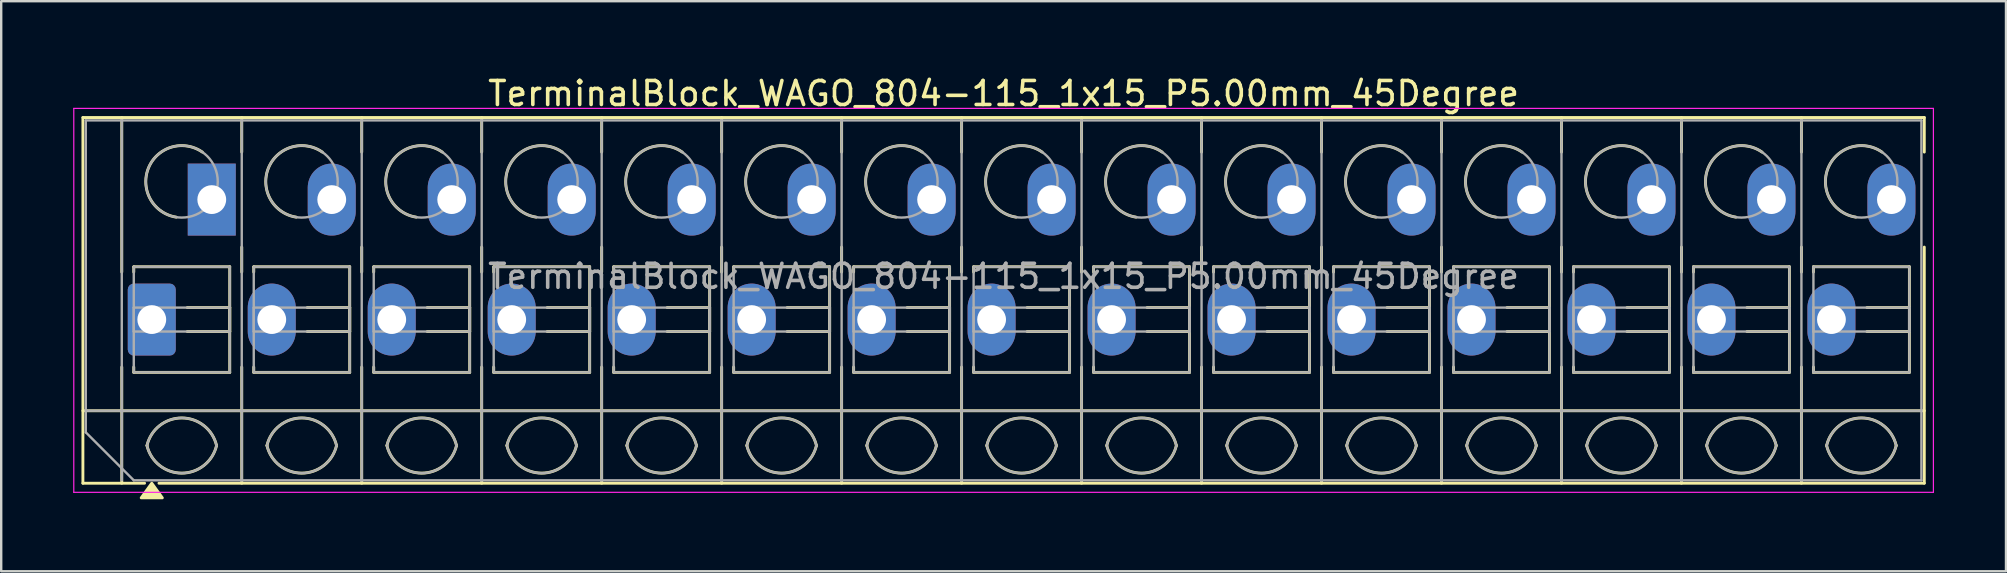
<source format=kicad_pcb>
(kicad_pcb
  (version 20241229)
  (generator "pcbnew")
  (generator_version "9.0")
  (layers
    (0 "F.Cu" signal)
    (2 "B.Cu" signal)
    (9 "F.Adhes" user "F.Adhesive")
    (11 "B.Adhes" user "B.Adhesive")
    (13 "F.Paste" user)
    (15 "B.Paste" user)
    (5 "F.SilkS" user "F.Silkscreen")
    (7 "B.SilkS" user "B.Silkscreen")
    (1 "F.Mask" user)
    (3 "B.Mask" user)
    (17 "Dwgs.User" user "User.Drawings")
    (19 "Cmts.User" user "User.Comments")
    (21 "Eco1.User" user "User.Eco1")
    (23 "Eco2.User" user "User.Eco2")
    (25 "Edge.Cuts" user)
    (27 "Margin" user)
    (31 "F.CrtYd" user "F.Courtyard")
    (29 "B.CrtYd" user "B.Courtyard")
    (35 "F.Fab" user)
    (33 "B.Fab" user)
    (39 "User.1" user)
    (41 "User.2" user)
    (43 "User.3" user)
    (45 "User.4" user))
  (footprint "TerminalBlock_WAGO_804-115_1x15_P5.00mm_45Degree"
    (layer "F.Cu")
    (at 3.275 10.268)
    (property "Reference" "TerminalBlock_WAGO_804-115_1x15_P5.00mm_45Degree" (at 35.5 -9.42 0) (layer "F.SilkS") (effects (font (size 1 1) (thickness 0.15))))
    (attr through_hole)
    (fp_line (start -2.87 -8.42) (end -2.87 6.82) (stroke (width 0.12) (type solid)) (layer "F.SilkS"))
    (fp_line (start -2.87 -8.42) (end 73.87 -8.42) (stroke (width 0.12) (type solid)) (layer "F.SilkS"))
    (fp_line (start -2.87 3.8) (end 73.87 3.8) (stroke (width 0.12) (type solid)) (layer "F.SilkS"))
    (fp_line (start -2.87 6.82) (end -0.3 6.82) (stroke (width 0.12) (type solid)) (layer "F.SilkS"))
    (fp_line (start -1.25 -8.42) (end -1.25 -1.98) (stroke (width 0.12) (type solid)) (layer "F.SilkS"))
    (fp_line (start -1.25 1.98) (end -1.25 6.82) (stroke (width 0.12) (type solid)) (layer "F.SilkS"))
    (fp_line (start -0.75 -2.2) (end -0.75 -1.98) (stroke (width 0.12) (type solid)) (layer "F.SilkS"))
    (fp_line (start -0.75 -2.2) (end 3.25 -2.2) (stroke (width 0.12) (type solid)) (layer "F.SilkS"))
    (fp_line (start -0.75 1.98) (end -0.75 2.2) (stroke (width 0.12) (type solid)) (layer "F.SilkS"))
    (fp_line (start -0.75 2.2) (end 3.25 2.2) (stroke (width 0.12) (type solid)) (layer "F.SilkS"))
    (fp_line (start 0.3 6.82) (end 73.87 6.82) (stroke (width 0.12) (type solid)) (layer "F.SilkS"))
    (fp_line (start 1.48 -0.5) (end 3.25 -0.5) (stroke (width 0.12) (type solid)) (layer "F.SilkS"))
    (fp_line (start 1.48 0.5) (end 3.25 0.5) (stroke (width 0.12) (type solid)) (layer "F.SilkS"))
    (fp_line (start 3.25 -2.2) (end 3.25 2.2) (stroke (width 0.12) (type solid)) (layer "F.SilkS"))
    (fp_line (start 3.25 -0.5) (end 3.25 0.5) (stroke (width 0.12) (type solid)) (layer "F.SilkS"))
    (fp_line (start 3.75 -8.42) (end 3.75 -6.98) (stroke (width 0.12) (type solid)) (layer "F.SilkS"))
    (fp_line (start 3.75 -3.02) (end 3.75 -1.98) (stroke (width 0.12) (type solid)) (layer "F.SilkS"))
    (fp_line (start 3.75 1.98) (end 3.75 6.82) (stroke (width 0.12) (type solid)) (layer "F.SilkS"))
    (fp_line (start 4.25 -2.2) (end 4.25 -1.98) (stroke (width 0.12) (type solid)) (layer "F.SilkS"))
    (fp_line (start 4.25 -2.2) (end 8.25 -2.2) (stroke (width 0.12) (type solid)) (layer "F.SilkS"))
    (fp_line (start 4.25 1.98) (end 4.25 2.2) (stroke (width 0.12) (type solid)) (layer "F.SilkS"))
    (fp_line (start 4.25 2.2) (end 8.25 2.2) (stroke (width 0.12) (type solid)) (layer "F.SilkS"))
    (fp_line (start 6.48 -0.5) (end 8.25 -0.5) (stroke (width 0.12) (type solid)) (layer "F.SilkS"))
    (fp_line (start 6.48 0.5) (end 8.25 0.5) (stroke (width 0.12) (type solid)) (layer "F.SilkS"))
    (fp_line (start 8.25 -2.2) (end 8.25 2.2) (stroke (width 0.12) (type solid)) (layer "F.SilkS"))
    (fp_line (start 8.25 -0.5) (end 8.25 0.5) (stroke (width 0.12) (type solid)) (layer "F.SilkS"))
    (fp_line (start 8.75 -8.42) (end 8.75 -6.98) (stroke (width 0.12) (type solid)) (layer "F.SilkS"))
    (fp_line (start 8.75 -3.02) (end 8.75 -1.98) (stroke (width 0.12) (type solid)) (layer "F.SilkS"))
    (fp_line (start 8.75 1.98) (end 8.75 6.82) (stroke (width 0.12) (type solid)) (layer "F.SilkS"))
    (fp_line (start 9.25 -2.2) (end 9.25 -1.98) (stroke (width 0.12) (type solid)) (layer "F.SilkS"))
    (fp_line (start 9.25 -2.2) (end 13.25 -2.2) (stroke (width 0.12) (type solid)) (layer "F.SilkS"))
    (fp_line (start 9.25 1.98) (end 9.25 2.2) (stroke (width 0.12) (type solid)) (layer "F.SilkS"))
    (fp_line (start 9.25 2.2) (end 13.25 2.2) (stroke (width 0.12) (type solid)) (layer "F.SilkS"))
    (fp_line (start 11.48 -0.5) (end 13.25 -0.5) (stroke (width 0.12) (type solid)) (layer "F.SilkS"))
    (fp_line (start 11.48 0.5) (end 13.25 0.5) (stroke (width 0.12) (type solid)) (layer "F.SilkS"))
    (fp_line (start 13.25 -2.2) (end 13.25 2.2) (stroke (width 0.12) (type solid)) (layer "F.SilkS"))
    (fp_line (start 13.25 -0.5) (end 13.25 0.5) (stroke (width 0.12) (type solid)) (layer "F.SilkS"))
    (fp_line (start 13.75 -8.42) (end 13.75 -6.98) (stroke (width 0.12) (type solid)) (layer "F.SilkS"))
    (fp_line (start 13.75 -3.02) (end 13.75 -1.98) (stroke (width 0.12) (type solid)) (layer "F.SilkS"))
    (fp_line (start 13.75 1.98) (end 13.75 6.82) (stroke (width 0.12) (type solid)) (layer "F.SilkS"))
    (fp_line (start 14.25 -2.2) (end 14.25 -1.98) (stroke (width 0.12) (type solid)) (layer "F.SilkS"))
    (fp_line (start 14.25 -2.2) (end 18.25 -2.2) (stroke (width 0.12) (type solid)) (layer "F.SilkS"))
    (fp_line (start 14.25 1.98) (end 14.25 2.2) (stroke (width 0.12) (type solid)) (layer "F.SilkS"))
    (fp_line (start 14.25 2.2) (end 18.25 2.2) (stroke (width 0.12) (type solid)) (layer "F.SilkS"))
    (fp_line (start 16.48 -0.5) (end 18.25 -0.5) (stroke (width 0.12) (type solid)) (layer "F.SilkS"))
    (fp_line (start 16.48 0.5) (end 18.25 0.5) (stroke (width 0.12) (type solid)) (layer "F.SilkS"))
    (fp_line (start 18.25 -2.2) (end 18.25 2.2) (stroke (width 0.12) (type solid)) (layer "F.SilkS"))
    (fp_line (start 18.25 -0.5) (end 18.25 0.5) (stroke (width 0.12) (type solid)) (layer "F.SilkS"))
    (fp_line (start 18.75 -8.42) (end 18.75 -6.98) (stroke (width 0.12) (type solid)) (layer "F.SilkS"))
    (fp_line (start 18.75 -3.02) (end 18.75 -1.98) (stroke (width 0.12) (type solid)) (layer "F.SilkS"))
    (fp_line (start 18.75 1.98) (end 18.75 6.82) (stroke (width 0.12) (type solid)) (layer "F.SilkS"))
    (fp_line (start 19.25 -2.2) (end 19.25 -1.98) (stroke (width 0.12) (type solid)) (layer "F.SilkS"))
    (fp_line (start 19.25 -2.2) (end 23.25 -2.2) (stroke (width 0.12) (type solid)) (layer "F.SilkS"))
    (fp_line (start 19.25 1.98) (end 19.25 2.2) (stroke (width 0.12) (type solid)) (layer "F.SilkS"))
    (fp_line (start 19.25 2.2) (end 23.25 2.2) (stroke (width 0.12) (type solid)) (layer "F.SilkS"))
    (fp_line (start 21.48 -0.5) (end 23.25 -0.5) (stroke (width 0.12) (type solid)) (layer "F.SilkS"))
    (fp_line (start 21.48 0.5) (end 23.25 0.5) (stroke (width 0.12) (type solid)) (layer "F.SilkS"))
    (fp_line (start 23.25 -2.2) (end 23.25 2.2) (stroke (width 0.12) (type solid)) (layer "F.SilkS"))
    (fp_line (start 23.25 -0.5) (end 23.25 0.5) (stroke (width 0.12) (type solid)) (layer "F.SilkS"))
    (fp_line (start 23.75 -8.42) (end 23.75 -6.98) (stroke (width 0.12) (type solid)) (layer "F.SilkS"))
    (fp_line (start 23.75 -3.02) (end 23.75 -1.98) (stroke (width 0.12) (type solid)) (layer "F.SilkS"))
    (fp_line (start 23.75 1.98) (end 23.75 6.82) (stroke (width 0.12) (type solid)) (layer "F.SilkS"))
    (fp_line (start 24.25 -2.2) (end 24.25 -1.98) (stroke (width 0.12) (type solid)) (layer "F.SilkS"))
    (fp_line (start 24.25 -2.2) (end 28.25 -2.2) (stroke (width 0.12) (type solid)) (layer "F.SilkS"))
    (fp_line (start 24.25 1.98) (end 24.25 2.2) (stroke (width 0.12) (type solid)) (layer "F.SilkS"))
    (fp_line (start 24.25 2.2) (end 28.25 2.2) (stroke (width 0.12) (type solid)) (layer "F.SilkS"))
    (fp_line (start 26.48 -0.5) (end 28.25 -0.5) (stroke (width 0.12) (type solid)) (layer "F.SilkS"))
    (fp_line (start 26.48 0.5) (end 28.25 0.5) (stroke (width 0.12) (type solid)) (layer "F.SilkS"))
    (fp_line (start 28.25 -2.2) (end 28.25 2.2) (stroke (width 0.12) (type solid)) (layer "F.SilkS"))
    (fp_line (start 28.25 -0.5) (end 28.25 0.5) (stroke (width 0.12) (type solid)) (layer "F.SilkS"))
    (fp_line (start 28.75 -8.42) (end 28.75 -6.98) (stroke (width 0.12) (type solid)) (layer "F.SilkS"))
    (fp_line (start 28.75 -3.02) (end 28.75 -1.98) (stroke (width 0.12) (type solid)) (layer "F.SilkS"))
    (fp_line (start 28.75 1.98) (end 28.75 6.82) (stroke (width 0.12) (type solid)) (layer "F.SilkS"))
    (fp_line (start 29.25 -2.2) (end 29.25 -1.98) (stroke (width 0.12) (type solid)) (layer "F.SilkS"))
    (fp_line (start 29.25 -2.2) (end 33.25 -2.2) (stroke (width 0.12) (type solid)) (layer "F.SilkS"))
    (fp_line (start 29.25 1.98) (end 29.25 2.2) (stroke (width 0.12) (type solid)) (layer "F.SilkS"))
    (fp_line (start 29.25 2.2) (end 33.25 2.2) (stroke (width 0.12) (type solid)) (layer "F.SilkS"))
    (fp_line (start 31.48 -0.5) (end 33.25 -0.5) (stroke (width 0.12) (type solid)) (layer "F.SilkS"))
    (fp_line (start 31.48 0.5) (end 33.25 0.5) (stroke (width 0.12) (type solid)) (layer "F.SilkS"))
    (fp_line (start 33.25 -2.2) (end 33.25 2.2) (stroke (width 0.12) (type solid)) (layer "F.SilkS"))
    (fp_line (start 33.25 -0.5) (end 33.25 0.5) (stroke (width 0.12) (type solid)) (layer "F.SilkS"))
    (fp_line (start 33.75 -8.42) (end 33.75 -6.98) (stroke (width 0.12) (type solid)) (layer "F.SilkS"))
    (fp_line (start 33.75 -3.02) (end 33.75 -1.98) (stroke (width 0.12) (type solid)) (layer "F.SilkS"))
    (fp_line (start 33.75 1.98) (end 33.75 6.82) (stroke (width 0.12) (type solid)) (layer "F.SilkS"))
    (fp_line (start 34.25 -2.2) (end 34.25 -1.98) (stroke (width 0.12) (type solid)) (layer "F.SilkS"))
    (fp_line (start 34.25 -2.2) (end 38.25 -2.2) (stroke (width 0.12) (type solid)) (layer "F.SilkS"))
    (fp_line (start 34.25 1.98) (end 34.25 2.2) (stroke (width 0.12) (type solid)) (layer "F.SilkS"))
    (fp_line (start 34.25 2.2) (end 38.25 2.2) (stroke (width 0.12) (type solid)) (layer "F.SilkS"))
    (fp_line (start 36.48 -0.5) (end 38.25 -0.5) (stroke (width 0.12) (type solid)) (layer "F.SilkS"))
    (fp_line (start 36.48 0.5) (end 38.25 0.5) (stroke (width 0.12) (type solid)) (layer "F.SilkS"))
    (fp_line (start 38.25 -2.2) (end 38.25 2.2) (stroke (width 0.12) (type solid)) (layer "F.SilkS"))
    (fp_line (start 38.25 -0.5) (end 38.25 0.5) (stroke (width 0.12) (type solid)) (layer "F.SilkS"))
    (fp_line (start 38.75 -8.42) (end 38.75 -6.98) (stroke (width 0.12) (type solid)) (layer "F.SilkS"))
    (fp_line (start 38.75 -3.02) (end 38.75 -1.98) (stroke (width 0.12) (type solid)) (layer "F.SilkS"))
    (fp_line (start 38.75 1.98) (end 38.75 6.82) (stroke (width 0.12) (type solid)) (layer "F.SilkS"))
    (fp_line (start 39.25 -2.2) (end 39.25 -1.98) (stroke (width 0.12) (type solid)) (layer "F.SilkS"))
    (fp_line (start 39.25 -2.2) (end 43.25 -2.2) (stroke (width 0.12) (type solid)) (layer "F.SilkS"))
    (fp_line (start 39.25 1.98) (end 39.25 2.2) (stroke (width 0.12) (type solid)) (layer "F.SilkS"))
    (fp_line (start 39.25 2.2) (end 43.25 2.2) (stroke (width 0.12) (type solid)) (layer "F.SilkS"))
    (fp_line (start 41.48 -0.5) (end 43.25 -0.5) (stroke (width 0.12) (type solid)) (layer "F.SilkS"))
    (fp_line (start 41.48 0.5) (end 43.25 0.5) (stroke (width 0.12) (type solid)) (layer "F.SilkS"))
    (fp_line (start 43.25 -2.2) (end 43.25 2.2) (stroke (width 0.12) (type solid)) (layer "F.SilkS"))
    (fp_line (start 43.25 -0.5) (end 43.25 0.5) (stroke (width 0.12) (type solid)) (layer "F.SilkS"))
    (fp_line (start 43.75 -8.42) (end 43.75 -6.98) (stroke (width 0.12) (type solid)) (layer "F.SilkS"))
    (fp_line (start 43.75 -3.02) (end 43.75 -1.98) (stroke (width 0.12) (type solid)) (layer "F.SilkS"))
    (fp_line (start 43.75 1.98) (end 43.75 6.82) (stroke (width 0.12) (type solid)) (layer "F.SilkS"))
    (fp_line (start 44.25 -2.2) (end 44.25 -1.98) (stroke (width 0.12) (type solid)) (layer "F.SilkS"))
    (fp_line (start 44.25 -2.2) (end 48.25 -2.2) (stroke (width 0.12) (type solid)) (layer "F.SilkS"))
    (fp_line (start 44.25 1.98) (end 44.25 2.2) (stroke (width 0.12) (type solid)) (layer "F.SilkS"))
    (fp_line (start 44.25 2.2) (end 48.25 2.2) (stroke (width 0.12) (type solid)) (layer "F.SilkS"))
    (fp_line (start 46.48 -0.5) (end 48.25 -0.5) (stroke (width 0.12) (type solid)) (layer "F.SilkS"))
    (fp_line (start 46.48 0.5) (end 48.25 0.5) (stroke (width 0.12) (type solid)) (layer "F.SilkS"))
    (fp_line (start 48.25 -2.2) (end 48.25 2.2) (stroke (width 0.12) (type solid)) (layer "F.SilkS"))
    (fp_line (start 48.25 -0.5) (end 48.25 0.5) (stroke (width 0.12) (type solid)) (layer "F.SilkS"))
    (fp_line (start 48.75 -8.42) (end 48.75 -6.98) (stroke (width 0.12) (type solid)) (layer "F.SilkS"))
    (fp_line (start 48.75 -3.02) (end 48.75 -1.98) (stroke (width 0.12) (type solid)) (layer "F.SilkS"))
    (fp_line (start 48.75 1.98) (end 48.75 6.82) (stroke (width 0.12) (type solid)) (layer "F.SilkS"))
    (fp_line (start 49.25 -2.2) (end 49.25 -1.98) (stroke (width 0.12) (type solid)) (layer "F.SilkS"))
    (fp_line (start 49.25 -2.2) (end 53.25 -2.2) (stroke (width 0.12) (type solid)) (layer "F.SilkS"))
    (fp_line (start 49.25 1.98) (end 49.25 2.2) (stroke (width 0.12) (type solid)) (layer "F.SilkS"))
    (fp_line (start 49.25 2.2) (end 53.25 2.2) (stroke (width 0.12) (type solid)) (layer "F.SilkS"))
    (fp_line (start 51.48 -0.5) (end 53.25 -0.5) (stroke (width 0.12) (type solid)) (layer "F.SilkS"))
    (fp_line (start 51.48 0.5) (end 53.25 0.5) (stroke (width 0.12) (type solid)) (layer "F.SilkS"))
    (fp_line (start 53.25 -2.2) (end 53.25 2.2) (stroke (width 0.12) (type solid)) (layer "F.SilkS"))
    (fp_line (start 53.25 -0.5) (end 53.25 0.5) (stroke (width 0.12) (type solid)) (layer "F.SilkS"))
    (fp_line (start 53.75 -8.42) (end 53.75 -6.98) (stroke (width 0.12) (type solid)) (layer "F.SilkS"))
    (fp_line (start 53.75 -3.02) (end 53.75 -1.98) (stroke (width 0.12) (type solid)) (layer "F.SilkS"))
    (fp_line (start 53.75 1.98) (end 53.75 6.82) (stroke (width 0.12) (type solid)) (layer "F.SilkS"))
    (fp_line (start 54.25 -2.2) (end 54.25 -1.98) (stroke (width 0.12) (type solid)) (layer "F.SilkS"))
    (fp_line (start 54.25 -2.2) (end 58.25 -2.2) (stroke (width 0.12) (type solid)) (layer "F.SilkS"))
    (fp_line (start 54.25 1.98) (end 54.25 2.2) (stroke (width 0.12) (type solid)) (layer "F.SilkS"))
    (fp_line (start 54.25 2.2) (end 58.25 2.2) (stroke (width 0.12) (type solid)) (layer "F.SilkS"))
    (fp_line (start 56.48 -0.5) (end 58.25 -0.5) (stroke (width 0.12) (type solid)) (layer "F.SilkS"))
    (fp_line (start 56.48 0.5) (end 58.25 0.5) (stroke (width 0.12) (type solid)) (layer "F.SilkS"))
    (fp_line (start 58.25 -2.2) (end 58.25 2.2) (stroke (width 0.12) (type solid)) (layer "F.SilkS"))
    (fp_line (start 58.25 -0.5) (end 58.25 0.5) (stroke (width 0.12) (type solid)) (layer "F.SilkS"))
    (fp_line (start 58.75 -8.42) (end 58.75 -6.98) (stroke (width 0.12) (type solid)) (layer "F.SilkS"))
    (fp_line (start 58.75 -3.02) (end 58.75 -1.98) (stroke (width 0.12) (type solid)) (layer "F.SilkS"))
    (fp_line (start 58.75 1.98) (end 58.75 6.82) (stroke (width 0.12) (type solid)) (layer "F.SilkS"))
    (fp_line (start 59.25 -2.2) (end 59.25 -1.98) (stroke (width 0.12) (type solid)) (layer "F.SilkS"))
    (fp_line (start 59.25 -2.2) (end 63.25 -2.2) (stroke (width 0.12) (type solid)) (layer "F.SilkS"))
    (fp_line (start 59.25 1.98) (end 59.25 2.2) (stroke (width 0.12) (type solid)) (layer "F.SilkS"))
    (fp_line (start 59.25 2.2) (end 63.25 2.2) (stroke (width 0.12) (type solid)) (layer "F.SilkS"))
    (fp_line (start 61.48 -0.5) (end 63.25 -0.5) (stroke (width 0.12) (type solid)) (layer "F.SilkS"))
    (fp_line (start 61.48 0.5) (end 63.25 0.5) (stroke (width 0.12) (type solid)) (layer "F.SilkS"))
    (fp_line (start 63.25 -2.2) (end 63.25 2.2) (stroke (width 0.12) (type solid)) (layer "F.SilkS"))
    (fp_line (start 63.25 -0.5) (end 63.25 0.5) (stroke (width 0.12) (type solid)) (layer "F.SilkS"))
    (fp_line (start 63.75 -8.42) (end 63.75 -6.98) (stroke (width 0.12) (type solid)) (layer "F.SilkS"))
    (fp_line (start 63.75 -3.02) (end 63.75 -1.98) (stroke (width 0.12) (type solid)) (layer "F.SilkS"))
    (fp_line (start 63.75 1.98) (end 63.75 6.82) (stroke (width 0.12) (type solid)) (layer "F.SilkS"))
    (fp_line (start 64.25 -2.2) (end 64.25 -1.98) (stroke (width 0.12) (type solid)) (layer "F.SilkS"))
    (fp_line (start 64.25 -2.2) (end 68.25 -2.2) (stroke (width 0.12) (type solid)) (layer "F.SilkS"))
    (fp_line (start 64.25 1.98) (end 64.25 2.2) (stroke (width 0.12) (type solid)) (layer "F.SilkS"))
    (fp_line (start 64.25 2.2) (end 68.25 2.2) (stroke (width 0.12) (type solid)) (layer "F.SilkS"))
    (fp_line (start 66.48 -0.5) (end 68.25 -0.5) (stroke (width 0.12) (type solid)) (layer "F.SilkS"))
    (fp_line (start 66.48 0.5) (end 68.25 0.5) (stroke (width 0.12) (type solid)) (layer "F.SilkS"))
    (fp_line (start 68.25 -2.2) (end 68.25 2.2) (stroke (width 0.12) (type solid)) (layer "F.SilkS"))
    (fp_line (start 68.25 -0.5) (end 68.25 0.5) (stroke (width 0.12) (type solid)) (layer "F.SilkS"))
    (fp_line (start 68.75 -8.42) (end 68.75 -6.98) (stroke (width 0.12) (type solid)) (layer "F.SilkS"))
    (fp_line (start 68.75 -3.02) (end 68.75 -1.98) (stroke (width 0.12) (type solid)) (layer "F.SilkS"))
    (fp_line (start 68.75 1.98) (end 68.75 6.82) (stroke (width 0.12) (type solid)) (layer "F.SilkS"))
    (fp_line (start 69.25 -2.2) (end 69.25 -1.98) (stroke (width 0.12) (type solid)) (layer "F.SilkS"))
    (fp_line (start 69.25 -2.2) (end 73.25 -2.2) (stroke (width 0.12) (type solid)) (layer "F.SilkS"))
    (fp_line (start 69.25 1.98) (end 69.25 2.2) (stroke (width 0.12) (type solid)) (layer "F.SilkS"))
    (fp_line (start 69.25 2.2) (end 73.25 2.2) (stroke (width 0.12) (type solid)) (layer "F.SilkS"))
    (fp_line (start 71.48 -0.5) (end 73.25 -0.5) (stroke (width 0.12) (type solid)) (layer "F.SilkS"))
    (fp_line (start 71.48 0.5) (end 73.25 0.5) (stroke (width 0.12) (type solid)) (layer "F.SilkS"))
    (fp_line (start 73.25 -2.2) (end 73.25 2.2) (stroke (width 0.12) (type solid)) (layer "F.SilkS"))
    (fp_line (start 73.25 -0.5) (end 73.25 0.5) (stroke (width 0.12) (type solid)) (layer "F.SilkS"))
    (fp_line (start 73.87 -8.42) (end 73.87 -6.98) (stroke (width 0.12) (type solid)) (layer "F.SilkS"))
    (fp_line (start 73.87 -3.02) (end 73.87 6.82) (stroke (width 0.12) (type solid)) (layer "F.SilkS"))
    (fp_arc (start -0.199969 5.249867) (mid 1.250068 4.099899) (end 2.7 5.25) (stroke (width 0.12) (type solid)) (layer "F.SilkS"))
    (fp_arc (start 1.02 -4.268) (mid -0.141815 -6.308637) (end 2.10843 -6.979765) (stroke (width 0.12) (type solid)) (layer "F.SilkS"))
    (fp_arc (start 2.7 5.25) (mid 1.250068 6.400101) (end -0.199969 5.250133) (stroke (width 0.12) (type solid)) (layer "F.SilkS"))
    (fp_arc (start 4.800031 5.249867) (mid 6.250068 4.099899) (end 7.7 5.25) (stroke (width 0.12) (type solid)) (layer "F.SilkS"))
    (fp_arc (start 6.02 -4.268) (mid 4.858185 -6.308637) (end 7.10843 -6.979765) (stroke (width 0.12) (type solid)) (layer "F.SilkS"))
    (fp_arc (start 7.7 5.25) (mid 6.250068 6.400101) (end 4.800031 5.250133) (stroke (width 0.12) (type solid)) (layer "F.SilkS"))
    (fp_arc (start 9.800031 5.249867) (mid 11.250068 4.099899) (end 12.7 5.25) (stroke (width 0.12) (type solid)) (layer "F.SilkS"))
    (fp_arc (start 11.02 -4.268) (mid 9.858185 -6.308637) (end 12.10843 -6.979765) (stroke (width 0.12) (type solid)) (layer "F.SilkS"))
    (fp_arc (start 12.7 5.25) (mid 11.250068 6.400101) (end 9.800031 5.250133) (stroke (width 0.12) (type solid)) (layer "F.SilkS"))
    (fp_arc (start 14.800031 5.249867) (mid 16.250068 4.099899) (end 17.7 5.25) (stroke (width 0.12) (type solid)) (layer "F.SilkS"))
    (fp_arc (start 16.02 -4.268) (mid 14.858185 -6.308637) (end 17.10843 -6.979765) (stroke (width 0.12) (type solid)) (layer "F.SilkS"))
    (fp_arc (start 17.7 5.25) (mid 16.250068 6.400101) (end 14.800031 5.250133) (stroke (width 0.12) (type solid)) (layer "F.SilkS"))
    (fp_arc (start 19.800031 5.249867) (mid 21.250068 4.099899) (end 22.7 5.25) (stroke (width 0.12) (type solid)) (layer "F.SilkS"))
    (fp_arc (start 21.02 -4.268) (mid 19.858185 -6.308637) (end 22.10843 -6.979765) (stroke (width 0.12) (type solid)) (layer "F.SilkS"))
    (fp_arc (start 22.7 5.25) (mid 21.250068 6.400101) (end 19.800031 5.250133) (stroke (width 0.12) (type solid)) (layer "F.SilkS"))
    (fp_arc (start 24.800031 5.249867) (mid 26.250068 4.099899) (end 27.7 5.25) (stroke (width 0.12) (type solid)) (layer "F.SilkS"))
    (fp_arc (start 26.02 -4.268) (mid 24.858185 -6.308637) (end 27.10843 -6.979765) (stroke (width 0.12) (type solid)) (layer "F.SilkS"))
    (fp_arc (start 27.7 5.25) (mid 26.250068 6.400101) (end 24.800031 5.250133) (stroke (width 0.12) (type solid)) (layer "F.SilkS"))
    (fp_arc (start 29.800031 5.249867) (mid 31.250068 4.099899) (end 32.7 5.25) (stroke (width 0.12) (type solid)) (layer "F.SilkS"))
    (fp_arc (start 31.02 -4.268) (mid 29.858185 -6.308637) (end 32.10843 -6.979765) (stroke (width 0.12) (type solid)) (layer "F.SilkS"))
    (fp_arc (start 32.7 5.25) (mid 31.250068 6.400101) (end 29.800031 5.250133) (stroke (width 0.12) (type solid)) (layer "F.SilkS"))
    (fp_arc (start 34.800031 5.249867) (mid 36.250068 4.099899) (end 37.7 5.25) (stroke (width 0.12) (type solid)) (layer "F.SilkS"))
    (fp_arc (start 36.02 -4.268) (mid 34.858185 -6.308637) (end 37.10843 -6.979765) (stroke (width 0.12) (type solid)) (layer "F.SilkS"))
    (fp_arc (start 37.7 5.25) (mid 36.250068 6.400101) (end 34.800031 5.250133) (stroke (width 0.12) (type solid)) (layer "F.SilkS"))
    (fp_arc (start 39.800031 5.249867) (mid 41.250068 4.099899) (end 42.7 5.25) (stroke (width 0.12) (type solid)) (layer "F.SilkS"))
    (fp_arc (start 41.02 -4.268) (mid 39.858185 -6.308637) (end 42.10843 -6.979765) (stroke (width 0.12) (type solid)) (layer "F.SilkS"))
    (fp_arc (start 42.7 5.25) (mid 41.250068 6.400101) (end 39.800031 5.250133) (stroke (width 0.12) (type solid)) (layer "F.SilkS"))
    (fp_arc (start 44.800031 5.249867) (mid 46.250068 4.099899) (end 47.7 5.25) (stroke (width 0.12) (type solid)) (layer "F.SilkS"))
    (fp_arc (start 46.02 -4.268) (mid 44.858185 -6.308637) (end 47.10843 -6.979765) (stroke (width 0.12) (type solid)) (layer "F.SilkS"))
    (fp_arc (start 47.7 5.25) (mid 46.250068 6.400101) (end 44.800031 5.250133) (stroke (width 0.12) (type solid)) (layer "F.SilkS"))
    (fp_arc (start 49.800031 5.249867) (mid 51.250068 4.099899) (end 52.7 5.25) (stroke (width 0.12) (type solid)) (layer "F.SilkS"))
    (fp_arc (start 51.02 -4.268) (mid 49.858185 -6.308637) (end 52.10843 -6.979765) (stroke (width 0.12) (type solid)) (layer "F.SilkS"))
    (fp_arc (start 52.7 5.25) (mid 51.250068 6.400101) (end 49.800031 5.250133) (stroke (width 0.12) (type solid)) (layer "F.SilkS"))
    (fp_arc (start 54.800031 5.249867) (mid 56.250068 4.099899) (end 57.7 5.25) (stroke (width 0.12) (type solid)) (layer "F.SilkS"))
    (fp_arc (start 56.02 -4.268) (mid 54.858185 -6.308637) (end 57.10843 -6.979765) (stroke (width 0.12) (type solid)) (layer "F.SilkS"))
    (fp_arc (start 57.7 5.25) (mid 56.250068 6.400101) (end 54.800031 5.250133) (stroke (width 0.12) (type solid)) (layer "F.SilkS"))
    (fp_arc (start 59.800031 5.249867) (mid 61.250068 4.099899) (end 62.7 5.25) (stroke (width 0.12) (type solid)) (layer "F.SilkS"))
    (fp_arc (start 61.02 -4.268) (mid 59.858185 -6.308637) (end 62.10843 -6.979765) (stroke (width 0.12) (type solid)) (layer "F.SilkS"))
    (fp_arc (start 62.7 5.25) (mid 61.250068 6.400101) (end 59.800031 5.250133) (stroke (width 0.12) (type solid)) (layer "F.SilkS"))
    (fp_arc (start 64.800031 5.249867) (mid 66.250068 4.099899) (end 67.7 5.25) (stroke (width 0.12) (type solid)) (layer "F.SilkS"))
    (fp_arc (start 66.02 -4.268) (mid 64.858185 -6.308637) (end 67.10843 -6.979765) (stroke (width 0.12) (type solid)) (layer "F.SilkS"))
    (fp_arc (start 67.7 5.25) (mid 66.250068 6.400101) (end 64.800031 5.250133) (stroke (width 0.12) (type solid)) (layer "F.SilkS"))
    (fp_arc (start 69.800031 5.249867) (mid 71.250068 4.099899) (end 72.7 5.25) (stroke (width 0.12) (type solid)) (layer "F.SilkS"))
    (fp_arc (start 71.02 -4.268) (mid 69.858185 -6.308637) (end 72.10843 -6.979765) (stroke (width 0.12) (type solid)) (layer "F.SilkS"))
    (fp_arc (start 72.7 5.25) (mid 71.250068 6.400101) (end 69.800031 5.250133) (stroke (width 0.12) (type solid)) (layer "F.SilkS"))
    (fp_poly (pts (xy 0 6.82) (xy 0.44 7.43) (xy -0.44 7.43)) (stroke (width 0.12) (type solid)) (fill yes) (layer "F.SilkS"))
    (fp_line (start -3.25 -8.8) (end -3.25 7.2) (stroke (width 0.05) (type solid)) (layer "F.CrtYd"))
    (fp_line (start -3.25 7.2) (end 74.25 7.2) (stroke (width 0.05) (type solid)) (layer "F.CrtYd"))
    (fp_line (start 74.25 -8.8) (end -3.25 -8.8) (stroke (width 0.05) (type solid)) (layer "F.CrtYd"))
    (fp_line (start 74.25 7.2) (end 74.25 -8.8) (stroke (width 0.05) (type solid)) (layer "F.CrtYd"))
    (fp_line (start -2.75 -8.3) (end 73.75 -8.3) (stroke (width 0.1) (type solid)) (layer "F.Fab"))
    (fp_line (start -2.75 3.8) (end 73.75 3.8) (stroke (width 0.1) (type solid)) (layer "F.Fab"))
    (fp_line (start -2.75 4.7) (end -2.75 -8.3) (stroke (width 0.1) (type solid)) (layer "F.Fab"))
    (fp_line (start -1.25 -8.3) (end -1.25 6.7) (stroke (width 0.1) (type solid)) (layer "F.Fab"))
    (fp_line (start -0.75 -2.2) (end -0.75 2.2) (stroke (width 0.1) (type solid)) (layer "F.Fab"))
    (fp_line (start -0.75 -0.5) (end -0.75 0.5) (stroke (width 0.1) (type solid)) (layer "F.Fab"))
    (fp_line (start -0.75 0.5) (end 3.25 0.5) (stroke (width 0.1) (type solid)) (layer "F.Fab"))
    (fp_line (start -0.75 2.2) (end 3.25 2.2) (stroke (width 0.1) (type solid)) (layer "F.Fab"))
    (fp_line (start -0.75 6.7) (end -2.75 4.7) (stroke (width 0.1) (type solid)) (layer "F.Fab"))
    (fp_line (start 3.25 -2.2) (end -0.75 -2.2) (stroke (width 0.1) (type solid)) (layer "F.Fab"))
    (fp_line (start 3.25 -0.5) (end -0.75 -0.5) (stroke (width 0.1) (type solid)) (layer "F.Fab"))
    (fp_line (start 3.25 0.5) (end 3.25 -0.5) (stroke (width 0.1) (type solid)) (layer "F.Fab"))
    (fp_line (start 3.25 2.2) (end 3.25 -2.2) (stroke (width 0.1) (type solid)) (layer "F.Fab"))
    (fp_line (start 3.75 -8.3) (end 3.75 6.7) (stroke (width 0.1) (type solid)) (layer "F.Fab"))
    (fp_line (start 4.25 -2.2) (end 4.25 2.2) (stroke (width 0.1) (type solid)) (layer "F.Fab"))
    (fp_line (start 4.25 -0.5) (end 4.25 0.5) (stroke (width 0.1) (type solid)) (layer "F.Fab"))
    (fp_line (start 4.25 0.5) (end 8.25 0.5) (stroke (width 0.1) (type solid)) (layer "F.Fab"))
    (fp_line (start 4.25 2.2) (end 8.25 2.2) (stroke (width 0.1) (type solid)) (layer "F.Fab"))
    (fp_line (start 8.25 -2.2) (end 4.25 -2.2) (stroke (width 0.1) (type solid)) (layer "F.Fab"))
    (fp_line (start 8.25 -0.5) (end 4.25 -0.5) (stroke (width 0.1) (type solid)) (layer "F.Fab"))
    (fp_line (start 8.25 0.5) (end 8.25 -0.5) (stroke (width 0.1) (type solid)) (layer "F.Fab"))
    (fp_line (start 8.25 2.2) (end 8.25 -2.2) (stroke (width 0.1) (type solid)) (layer "F.Fab"))
    (fp_line (start 8.75 -8.3) (end 8.75 6.7) (stroke (width 0.1) (type solid)) (layer "F.Fab"))
    (fp_line (start 9.25 -2.2) (end 9.25 2.2) (stroke (width 0.1) (type solid)) (layer "F.Fab"))
    (fp_line (start 9.25 -0.5) (end 9.25 0.5) (stroke (width 0.1) (type solid)) (layer "F.Fab"))
    (fp_line (start 9.25 0.5) (end 13.25 0.5) (stroke (width 0.1) (type solid)) (layer "F.Fab"))
    (fp_line (start 9.25 2.2) (end 13.25 2.2) (stroke (width 0.1) (type solid)) (layer "F.Fab"))
    (fp_line (start 13.25 -2.2) (end 9.25 -2.2) (stroke (width 0.1) (type solid)) (layer "F.Fab"))
    (fp_line (start 13.25 -0.5) (end 9.25 -0.5) (stroke (width 0.1) (type solid)) (layer "F.Fab"))
    (fp_line (start 13.25 0.5) (end 13.25 -0.5) (stroke (width 0.1) (type solid)) (layer "F.Fab"))
    (fp_line (start 13.25 2.2) (end 13.25 -2.2) (stroke (width 0.1) (type solid)) (layer "F.Fab"))
    (fp_line (start 13.75 -8.3) (end 13.75 6.7) (stroke (width 0.1) (type solid)) (layer "F.Fab"))
    (fp_line (start 14.25 -2.2) (end 14.25 2.2) (stroke (width 0.1) (type solid)) (layer "F.Fab"))
    (fp_line (start 14.25 -0.5) (end 14.25 0.5) (stroke (width 0.1) (type solid)) (layer "F.Fab"))
    (fp_line (start 14.25 0.5) (end 18.25 0.5) (stroke (width 0.1) (type solid)) (layer "F.Fab"))
    (fp_line (start 14.25 2.2) (end 18.25 2.2) (stroke (width 0.1) (type solid)) (layer "F.Fab"))
    (fp_line (start 18.25 -2.2) (end 14.25 -2.2) (stroke (width 0.1) (type solid)) (layer "F.Fab"))
    (fp_line (start 18.25 -0.5) (end 14.25 -0.5) (stroke (width 0.1) (type solid)) (layer "F.Fab"))
    (fp_line (start 18.25 0.5) (end 18.25 -0.5) (stroke (width 0.1) (type solid)) (layer "F.Fab"))
    (fp_line (start 18.25 2.2) (end 18.25 -2.2) (stroke (width 0.1) (type solid)) (layer "F.Fab"))
    (fp_line (start 18.75 -8.3) (end 18.75 6.7) (stroke (width 0.1) (type solid)) (layer "F.Fab"))
    (fp_line (start 19.25 -2.2) (end 19.25 2.2) (stroke (width 0.1) (type solid)) (layer "F.Fab"))
    (fp_line (start 19.25 -0.5) (end 19.25 0.5) (stroke (width 0.1) (type solid)) (layer "F.Fab"))
    (fp_line (start 19.25 0.5) (end 23.25 0.5) (stroke (width 0.1) (type solid)) (layer "F.Fab"))
    (fp_line (start 19.25 2.2) (end 23.25 2.2) (stroke (width 0.1) (type solid)) (layer "F.Fab"))
    (fp_line (start 23.25 -2.2) (end 19.25 -2.2) (stroke (width 0.1) (type solid)) (layer "F.Fab"))
    (fp_line (start 23.25 -0.5) (end 19.25 -0.5) (stroke (width 0.1) (type solid)) (layer "F.Fab"))
    (fp_line (start 23.25 0.5) (end 23.25 -0.5) (stroke (width 0.1) (type solid)) (layer "F.Fab"))
    (fp_line (start 23.25 2.2) (end 23.25 -2.2) (stroke (width 0.1) (type solid)) (layer "F.Fab"))
    (fp_line (start 23.75 -8.3) (end 23.75 6.7) (stroke (width 0.1) (type solid)) (layer "F.Fab"))
    (fp_line (start 24.25 -2.2) (end 24.25 2.2) (stroke (width 0.1) (type solid)) (layer "F.Fab"))
    (fp_line (start 24.25 -0.5) (end 24.25 0.5) (stroke (width 0.1) (type solid)) (layer "F.Fab"))
    (fp_line (start 24.25 0.5) (end 28.25 0.5) (stroke (width 0.1) (type solid)) (layer "F.Fab"))
    (fp_line (start 24.25 2.2) (end 28.25 2.2) (stroke (width 0.1) (type solid)) (layer "F.Fab"))
    (fp_line (start 28.25 -2.2) (end 24.25 -2.2) (stroke (width 0.1) (type solid)) (layer "F.Fab"))
    (fp_line (start 28.25 -0.5) (end 24.25 -0.5) (stroke (width 0.1) (type solid)) (layer "F.Fab"))
    (fp_line (start 28.25 0.5) (end 28.25 -0.5) (stroke (width 0.1) (type solid)) (layer "F.Fab"))
    (fp_line (start 28.25 2.2) (end 28.25 -2.2) (stroke (width 0.1) (type solid)) (layer "F.Fab"))
    (fp_line (start 28.75 -8.3) (end 28.75 6.7) (stroke (width 0.1) (type solid)) (layer "F.Fab"))
    (fp_line (start 29.25 -2.2) (end 29.25 2.2) (stroke (width 0.1) (type solid)) (layer "F.Fab"))
    (fp_line (start 29.25 -0.5) (end 29.25 0.5) (stroke (width 0.1) (type solid)) (layer "F.Fab"))
    (fp_line (start 29.25 0.5) (end 33.25 0.5) (stroke (width 0.1) (type solid)) (layer "F.Fab"))
    (fp_line (start 29.25 2.2) (end 33.25 2.2) (stroke (width 0.1) (type solid)) (layer "F.Fab"))
    (fp_line (start 33.25 -2.2) (end 29.25 -2.2) (stroke (width 0.1) (type solid)) (layer "F.Fab"))
    (fp_line (start 33.25 -0.5) (end 29.25 -0.5) (stroke (width 0.1) (type solid)) (layer "F.Fab"))
    (fp_line (start 33.25 0.5) (end 33.25 -0.5) (stroke (width 0.1) (type solid)) (layer "F.Fab"))
    (fp_line (start 33.25 2.2) (end 33.25 -2.2) (stroke (width 0.1) (type solid)) (layer "F.Fab"))
    (fp_line (start 33.75 -8.3) (end 33.75 6.7) (stroke (width 0.1) (type solid)) (layer "F.Fab"))
    (fp_line (start 34.25 -2.2) (end 34.25 2.2) (stroke (width 0.1) (type solid)) (layer "F.Fab"))
    (fp_line (start 34.25 -0.5) (end 34.25 0.5) (stroke (width 0.1) (type solid)) (layer "F.Fab"))
    (fp_line (start 34.25 0.5) (end 38.25 0.5) (stroke (width 0.1) (type solid)) (layer "F.Fab"))
    (fp_line (start 34.25 2.2) (end 38.25 2.2) (stroke (width 0.1) (type solid)) (layer "F.Fab"))
    (fp_line (start 38.25 -2.2) (end 34.25 -2.2) (stroke (width 0.1) (type solid)) (layer "F.Fab"))
    (fp_line (start 38.25 -0.5) (end 34.25 -0.5) (stroke (width 0.1) (type solid)) (layer "F.Fab"))
    (fp_line (start 38.25 0.5) (end 38.25 -0.5) (stroke (width 0.1) (type solid)) (layer "F.Fab"))
    (fp_line (start 38.25 2.2) (end 38.25 -2.2) (stroke (width 0.1) (type solid)) (layer "F.Fab"))
    (fp_line (start 38.75 -8.3) (end 38.75 6.7) (stroke (width 0.1) (type solid)) (layer "F.Fab"))
    (fp_line (start 39.25 -2.2) (end 39.25 2.2) (stroke (width 0.1) (type solid)) (layer "F.Fab"))
    (fp_line (start 39.25 -0.5) (end 39.25 0.5) (stroke (width 0.1) (type solid)) (layer "F.Fab"))
    (fp_line (start 39.25 0.5) (end 43.25 0.5) (stroke (width 0.1) (type solid)) (layer "F.Fab"))
    (fp_line (start 39.25 2.2) (end 43.25 2.2) (stroke (width 0.1) (type solid)) (layer "F.Fab"))
    (fp_line (start 43.25 -2.2) (end 39.25 -2.2) (stroke (width 0.1) (type solid)) (layer "F.Fab"))
    (fp_line (start 43.25 -0.5) (end 39.25 -0.5) (stroke (width 0.1) (type solid)) (layer "F.Fab"))
    (fp_line (start 43.25 0.5) (end 43.25 -0.5) (stroke (width 0.1) (type solid)) (layer "F.Fab"))
    (fp_line (start 43.25 2.2) (end 43.25 -2.2) (stroke (width 0.1) (type solid)) (layer "F.Fab"))
    (fp_line (start 43.75 -8.3) (end 43.75 6.7) (stroke (width 0.1) (type solid)) (layer "F.Fab"))
    (fp_line (start 44.25 -2.2) (end 44.25 2.2) (stroke (width 0.1) (type solid)) (layer "F.Fab"))
    (fp_line (start 44.25 -0.5) (end 44.25 0.5) (stroke (width 0.1) (type solid)) (layer "F.Fab"))
    (fp_line (start 44.25 0.5) (end 48.25 0.5) (stroke (width 0.1) (type solid)) (layer "F.Fab"))
    (fp_line (start 44.25 2.2) (end 48.25 2.2) (stroke (width 0.1) (type solid)) (layer "F.Fab"))
    (fp_line (start 48.25 -2.2) (end 44.25 -2.2) (stroke (width 0.1) (type solid)) (layer "F.Fab"))
    (fp_line (start 48.25 -0.5) (end 44.25 -0.5) (stroke (width 0.1) (type solid)) (layer "F.Fab"))
    (fp_line (start 48.25 0.5) (end 48.25 -0.5) (stroke (width 0.1) (type solid)) (layer "F.Fab"))
    (fp_line (start 48.25 2.2) (end 48.25 -2.2) (stroke (width 0.1) (type solid)) (layer "F.Fab"))
    (fp_line (start 48.75 -8.3) (end 48.75 6.7) (stroke (width 0.1) (type solid)) (layer "F.Fab"))
    (fp_line (start 49.25 -2.2) (end 49.25 2.2) (stroke (width 0.1) (type solid)) (layer "F.Fab"))
    (fp_line (start 49.25 -0.5) (end 49.25 0.5) (stroke (width 0.1) (type solid)) (layer "F.Fab"))
    (fp_line (start 49.25 0.5) (end 53.25 0.5) (stroke (width 0.1) (type solid)) (layer "F.Fab"))
    (fp_line (start 49.25 2.2) (end 53.25 2.2) (stroke (width 0.1) (type solid)) (layer "F.Fab"))
    (fp_line (start 53.25 -2.2) (end 49.25 -2.2) (stroke (width 0.1) (type solid)) (layer "F.Fab"))
    (fp_line (start 53.25 -0.5) (end 49.25 -0.5) (stroke (width 0.1) (type solid)) (layer "F.Fab"))
    (fp_line (start 53.25 0.5) (end 53.25 -0.5) (stroke (width 0.1) (type solid)) (layer "F.Fab"))
    (fp_line (start 53.25 2.2) (end 53.25 -2.2) (stroke (width 0.1) (type solid)) (layer "F.Fab"))
    (fp_line (start 53.75 -8.3) (end 53.75 6.7) (stroke (width 0.1) (type solid)) (layer "F.Fab"))
    (fp_line (start 54.25 -2.2) (end 54.25 2.2) (stroke (width 0.1) (type solid)) (layer "F.Fab"))
    (fp_line (start 54.25 -0.5) (end 54.25 0.5) (stroke (width 0.1) (type solid)) (layer "F.Fab"))
    (fp_line (start 54.25 0.5) (end 58.25 0.5) (stroke (width 0.1) (type solid)) (layer "F.Fab"))
    (fp_line (start 54.25 2.2) (end 58.25 2.2) (stroke (width 0.1) (type solid)) (layer "F.Fab"))
    (fp_line (start 58.25 -2.2) (end 54.25 -2.2) (stroke (width 0.1) (type solid)) (layer "F.Fab"))
    (fp_line (start 58.25 -0.5) (end 54.25 -0.5) (stroke (width 0.1) (type solid)) (layer "F.Fab"))
    (fp_line (start 58.25 0.5) (end 58.25 -0.5) (stroke (width 0.1) (type solid)) (layer "F.Fab"))
    (fp_line (start 58.25 2.2) (end 58.25 -2.2) (stroke (width 0.1) (type solid)) (layer "F.Fab"))
    (fp_line (start 58.75 -8.3) (end 58.75 6.7) (stroke (width 0.1) (type solid)) (layer "F.Fab"))
    (fp_line (start 59.25 -2.2) (end 59.25 2.2) (stroke (width 0.1) (type solid)) (layer "F.Fab"))
    (fp_line (start 59.25 -0.5) (end 59.25 0.5) (stroke (width 0.1) (type solid)) (layer "F.Fab"))
    (fp_line (start 59.25 0.5) (end 63.25 0.5) (stroke (width 0.1) (type solid)) (layer "F.Fab"))
    (fp_line (start 59.25 2.2) (end 63.25 2.2) (stroke (width 0.1) (type solid)) (layer "F.Fab"))
    (fp_line (start 63.25 -2.2) (end 59.25 -2.2) (stroke (width 0.1) (type solid)) (layer "F.Fab"))
    (fp_line (start 63.25 -0.5) (end 59.25 -0.5) (stroke (width 0.1) (type solid)) (layer "F.Fab"))
    (fp_line (start 63.25 0.5) (end 63.25 -0.5) (stroke (width 0.1) (type solid)) (layer "F.Fab"))
    (fp_line (start 63.25 2.2) (end 63.25 -2.2) (stroke (width 0.1) (type solid)) (layer "F.Fab"))
    (fp_line (start 63.75 -8.3) (end 63.75 6.7) (stroke (width 0.1) (type solid)) (layer "F.Fab"))
    (fp_line (start 64.25 -2.2) (end 64.25 2.2) (stroke (width 0.1) (type solid)) (layer "F.Fab"))
    (fp_line (start 64.25 -0.5) (end 64.25 0.5) (stroke (width 0.1) (type solid)) (layer "F.Fab"))
    (fp_line (start 64.25 0.5) (end 68.25 0.5) (stroke (width 0.1) (type solid)) (layer "F.Fab"))
    (fp_line (start 64.25 2.2) (end 68.25 2.2) (stroke (width 0.1) (type solid)) (layer "F.Fab"))
    (fp_line (start 68.25 -2.2) (end 64.25 -2.2) (stroke (width 0.1) (type solid)) (layer "F.Fab"))
    (fp_line (start 68.25 -0.5) (end 64.25 -0.5) (stroke (width 0.1) (type solid)) (layer "F.Fab"))
    (fp_line (start 68.25 0.5) (end 68.25 -0.5) (stroke (width 0.1) (type solid)) (layer "F.Fab"))
    (fp_line (start 68.25 2.2) (end 68.25 -2.2) (stroke (width 0.1) (type solid)) (layer "F.Fab"))
    (fp_line (start 68.75 -8.3) (end 68.75 6.7) (stroke (width 0.1) (type solid)) (layer "F.Fab"))
    (fp_line (start 69.25 -2.2) (end 69.25 2.2) (stroke (width 0.1) (type solid)) (layer "F.Fab"))
    (fp_line (start 69.25 -0.5) (end 69.25 0.5) (stroke (width 0.1) (type solid)) (layer "F.Fab"))
    (fp_line (start 69.25 0.5) (end 73.25 0.5) (stroke (width 0.1) (type solid)) (layer "F.Fab"))
    (fp_line (start 69.25 2.2) (end 73.25 2.2) (stroke (width 0.1) (type solid)) (layer "F.Fab"))
    (fp_line (start 73.25 -2.2) (end 69.25 -2.2) (stroke (width 0.1) (type solid)) (layer "F.Fab"))
    (fp_line (start 73.25 -0.5) (end 69.25 -0.5) (stroke (width 0.1) (type solid)) (layer "F.Fab"))
    (fp_line (start 73.25 0.5) (end 73.25 -0.5) (stroke (width 0.1) (type solid)) (layer "F.Fab"))
    (fp_line (start 73.25 2.2) (end 73.25 -2.2) (stroke (width 0.1) (type solid)) (layer "F.Fab"))
    (fp_line (start 73.75 -8.3) (end 73.75 6.7) (stroke (width 0.1) (type solid)) (layer "F.Fab"))
    (fp_line (start 73.75 6.7) (end -0.75 6.7) (stroke (width 0.1) (type solid)) (layer "F.Fab"))
    (fp_arc (start -0.200865 5.250424) (mid 1.250296 4.099926) (end 2.701 5.251) (stroke (width 0.1) (type solid)) (layer "F.Fab"))
    (fp_arc (start 2.7 5.25) (mid 1.250068 6.400101) (end -0.199969 5.250133) (stroke (width 0.1) (type solid)) (layer "F.Fab"))
    (fp_arc (start 4.799135 5.250424) (mid 6.250296 4.099926) (end 7.701 5.251) (stroke (width 0.1) (type solid)) (layer "F.Fab"))
    (fp_arc (start 7.7 5.25) (mid 6.250068 6.400101) (end 4.800031 5.250133) (stroke (width 0.1) (type solid)) (layer "F.Fab"))
    (fp_arc (start 9.799135 5.250424) (mid 11.250296 4.099926) (end 12.701 5.251) (stroke (width 0.1) (type solid)) (layer "F.Fab"))
    (fp_arc (start 12.7 5.25) (mid 11.250068 6.400101) (end 9.800031 5.250133) (stroke (width 0.1) (type solid)) (layer "F.Fab"))
    (fp_arc (start 14.799135 5.250424) (mid 16.250296 4.099926) (end 17.701 5.251) (stroke (width 0.1) (type solid)) (layer "F.Fab"))
    (fp_arc (start 17.7 5.25) (mid 16.250068 6.400101) (end 14.800031 5.250133) (stroke (width 0.1) (type solid)) (layer "F.Fab"))
    (fp_arc (start 19.799135 5.250424) (mid 21.250296 4.099926) (end 22.701 5.251) (stroke (width 0.1) (type solid)) (layer "F.Fab"))
    (fp_arc (start 22.7 5.25) (mid 21.250068 6.400101) (end 19.800031 5.250133) (stroke (width 0.1) (type solid)) (layer "F.Fab"))
    (fp_arc (start 24.799135 5.250424) (mid 26.250296 4.099926) (end 27.701 5.251) (stroke (width 0.1) (type solid)) (layer "F.Fab"))
    (fp_arc (start 27.7 5.25) (mid 26.250068 6.400101) (end 24.800031 5.250133) (stroke (width 0.1) (type solid)) (layer "F.Fab"))
    (fp_arc (start 29.799135 5.250424) (mid 31.250296 4.099926) (end 32.701 5.251) (stroke (width 0.1) (type solid)) (layer "F.Fab"))
    (fp_arc (start 32.701 5.25) (mid 31.250296 6.401074) (end 29.799135 5.250576) (stroke (width 0.1) (type solid)) (layer "F.Fab"))
    (fp_arc (start 34.799135 5.250424) (mid 36.250296 4.099926) (end 37.701 5.251) (stroke (width 0.1) (type solid)) (layer "F.Fab"))
    (fp_arc (start 37.7 5.25) (mid 36.250068 6.400101) (end 34.800031 5.250133) (stroke (width 0.1) (type solid)) (layer "F.Fab"))
    (fp_arc (start 39.799135 5.250424) (mid 41.250296 4.099926) (end 42.701 5.251) (stroke (width 0.1) (type solid)) (layer "F.Fab"))
    (fp_arc (start 42.7 5.25) (mid 41.250068 6.400101) (end 39.800031 5.250133) (stroke (width 0.1) (type solid)) (layer "F.Fab"))
    (fp_arc (start 44.799135 5.250424) (mid 46.250296 4.099926) (end 47.701 5.251) (stroke (width 0.1) (type solid)) (layer "F.Fab"))
    (fp_arc (start 47.7 5.25) (mid 46.250068 6.400101) (end 44.800031 5.250133) (stroke (width 0.1) (type solid)) (layer "F.Fab"))
    (fp_arc (start 49.799135 5.250424) (mid 51.250296 4.099926) (end 52.701 5.251) (stroke (width 0.1) (type solid)) (layer "F.Fab"))
    (fp_arc (start 52.7 5.25) (mid 51.250068 6.400101) (end 49.800031 5.250133) (stroke (width 0.1) (type solid)) (layer "F.Fab"))
    (fp_arc (start 54.799135 5.250424) (mid 56.250296 4.099926) (end 57.701 5.251) (stroke (width 0.1) (type solid)) (layer "F.Fab"))
    (fp_arc (start 57.7 5.25) (mid 56.250068 6.400101) (end 54.800031 5.250133) (stroke (width 0.1) (type solid)) (layer "F.Fab"))
    (fp_arc (start 59.799135 5.250424) (mid 61.250296 4.099926) (end 62.701 5.251) (stroke (width 0.1) (type solid)) (layer "F.Fab"))
    (fp_arc (start 62.7 5.25) (mid 61.250068 6.400101) (end 59.800031 5.250133) (stroke (width 0.1) (type solid)) (layer "F.Fab"))
    (fp_arc (start 64.799135 5.250424) (mid 66.250296 4.099926) (end 67.701 5.251) (stroke (width 0.1) (type solid)) (layer "F.Fab"))
    (fp_arc (start 67.7 5.25) (mid 66.250068 6.400101) (end 64.800031 5.250133) (stroke (width 0.1) (type solid)) (layer "F.Fab"))
    (fp_arc (start 69.799135 5.250424) (mid 71.250296 4.099926) (end 72.701 5.251) (stroke (width 0.1) (type solid)) (layer "F.Fab"))
    (fp_arc (start 72.7 5.25) (mid 71.250068 6.400101) (end 69.800031 5.250133) (stroke (width 0.1) (type solid)) (layer "F.Fab"))
    (fp_circle (center 1.25 -5.75) (end 2.75 -5.75) (stroke (width 0.1) (type solid)) (fill no) (layer "F.Fab"))
    (fp_circle (center 6.25 -5.75) (end 7.75 -5.75) (stroke (width 0.1) (type solid)) (fill no) (layer "F.Fab"))
    (fp_circle (center 11.25 -5.75) (end 12.75 -5.75) (stroke (width 0.1) (type solid)) (fill no) (layer "F.Fab"))
    (fp_circle (center 16.25 -5.75) (end 17.75 -5.75) (stroke (width 0.1) (type solid)) (fill no) (layer "F.Fab"))
    (fp_circle (center 21.25 -5.75) (end 22.75 -5.75) (stroke (width 0.1) (type solid)) (fill no) (layer "F.Fab"))
    (fp_circle (center 26.25 -5.75) (end 27.75 -5.75) (stroke (width 0.1) (type solid)) (fill no) (layer "F.Fab"))
    (fp_circle (center 31.25 -5.75) (end 32.75 -5.75) (stroke (width 0.1) (type solid)) (fill no) (layer "F.Fab"))
    (fp_circle (center 36.25 -5.75) (end 37.75 -5.75) (stroke (width 0.1) (type solid)) (fill no) (layer "F.Fab"))
    (fp_circle (center 41.25 -5.75) (end 42.75 -5.75) (stroke (width 0.1) (type solid)) (fill no) (layer "F.Fab"))
    (fp_circle (center 46.25 -5.75) (end 47.75 -5.75) (stroke (width 0.1) (type solid)) (fill no) (layer "F.Fab"))
    (fp_circle (center 51.25 -5.75) (end 52.75 -5.75) (stroke (width 0.1) (type solid)) (fill no) (layer "F.Fab"))
    (fp_circle (center 56.25 -5.75) (end 57.75 -5.75) (stroke (width 0.1) (type solid)) (fill no) (layer "F.Fab"))
    (fp_circle (center 61.25 -5.75) (end 62.75 -5.75) (stroke (width 0.1) (type solid)) (fill no) (layer "F.Fab"))
    (fp_circle (center 66.25 -5.75) (end 67.75 -5.75) (stroke (width 0.1) (type solid)) (fill no) (layer "F.Fab"))
    (fp_circle (center 71.25 -5.75) (end 72.75 -5.75) (stroke (width 0.1) (type solid)) (fill no) (layer "F.Fab"))
    (fp_text user "${REFERENCE}" (at 35.5 -1.8 0) (layer "F.Fab") (effects (font (size 1 1) (thickness 0.15))))
    (pad "1" thru_hole roundrect (at 0 0) (size 2 3) (drill 1.2) (layers "*.Cu" "*.Mask") (roundrect_rratio 0.125))
    (pad "1" thru_hole rect (at 2.5 -5) (size 2 3) (drill 1.2) (layers "*.Cu" "*.Mask"))
    (pad "2" thru_hole oval (at 5 0) (size 2 3) (drill 1.2) (layers "*.Cu" "*.Mask"))
    (pad "2" thru_hole oval (at 7.5 -5) (size 2 3) (drill 1.2) (layers "*.Cu" "*.Mask"))
    (pad "3" thru_hole oval (at 10 0) (size 2 3) (drill 1.2) (layers "*.Cu" "*.Mask"))
    (pad "3" thru_hole oval (at 12.5 -5) (size 2 3) (drill 1.2) (layers "*.Cu" "*.Mask"))
    (pad "4" thru_hole oval (at 15 0) (size 2 3) (drill 1.2) (layers "*.Cu" "*.Mask"))
    (pad "4" thru_hole oval (at 17.5 -5) (size 2 3) (drill 1.2) (layers "*.Cu" "*.Mask"))
    (pad "5" thru_hole oval (at 20 0) (size 2 3) (drill 1.2) (layers "*.Cu" "*.Mask"))
    (pad "5" thru_hole oval (at 22.5 -5) (size 2 3) (drill 1.2) (layers "*.Cu" "*.Mask"))
    (pad "6" thru_hole oval (at 25 0) (size 2 3) (drill 1.2) (layers "*.Cu" "*.Mask"))
    (pad "6" thru_hole oval (at 27.5 -5) (size 2 3) (drill 1.2) (layers "*.Cu" "*.Mask"))
    (pad "7" thru_hole oval (at 30 0) (size 2 3) (drill 1.2) (layers "*.Cu" "*.Mask"))
    (pad "7" thru_hole oval (at 32.5 -5) (size 2 3) (drill 1.2) (layers "*.Cu" "*.Mask"))
    (pad "8" thru_hole oval (at 35 0) (size 2 3) (drill 1.2) (layers "*.Cu" "*.Mask"))
    (pad "8" thru_hole oval (at 37.5 -5) (size 2 3) (drill 1.2) (layers "*.Cu" "*.Mask"))
    (pad "9" thru_hole oval (at 40 0) (size 2 3) (drill 1.2) (layers "*.Cu" "*.Mask"))
    (pad "9" thru_hole oval (at 42.5 -5) (size 2 3) (drill 1.2) (layers "*.Cu" "*.Mask"))
    (pad "10" thru_hole oval (at 45 0) (size 2 3) (drill 1.2) (layers "*.Cu" "*.Mask"))
    (pad "10" thru_hole oval (at 47.5 -5) (size 2 3) (drill 1.2) (layers "*.Cu" "*.Mask"))
    (pad "11" thru_hole oval (at 50 0) (size 2 3) (drill 1.2) (layers "*.Cu" "*.Mask"))
    (pad "11" thru_hole oval (at 52.5 -5) (size 2 3) (drill 1.2) (layers "*.Cu" "*.Mask"))
    (pad "12" thru_hole oval (at 55 0) (size 2 3) (drill 1.2) (layers "*.Cu" "*.Mask"))
    (pad "12" thru_hole oval (at 57.5 -5) (size 2 3) (drill 1.2) (layers "*.Cu" "*.Mask"))
    (pad "13" thru_hole oval (at 60 0) (size 2 3) (drill 1.2) (layers "*.Cu" "*.Mask"))
    (pad "13" thru_hole oval (at 62.5 -5) (size 2 3) (drill 1.2) (layers "*.Cu" "*.Mask"))
    (pad "14" thru_hole oval (at 65 0) (size 2 3) (drill 1.2) (layers "*.Cu" "*.Mask"))
    (pad "14" thru_hole oval (at 67.5 -5) (size 2 3) (drill 1.2) (layers "*.Cu" "*.Mask"))
    (pad "15" thru_hole oval (at 70 0) (size 2 3) (drill 1.2) (layers "*.Cu" "*.Mask"))
    (pad "15" thru_hole oval (at 72.5 -5) (size 2 3) (drill 1.2) (layers "*.Cu" "*.Mask")))
  (gr_rect
    (start -3 -3)
    (end 80.55 20.758)
    (stroke (width 0.1) (type default))
    (fill no)
    (layer "Edge.Cuts")))
</source>
